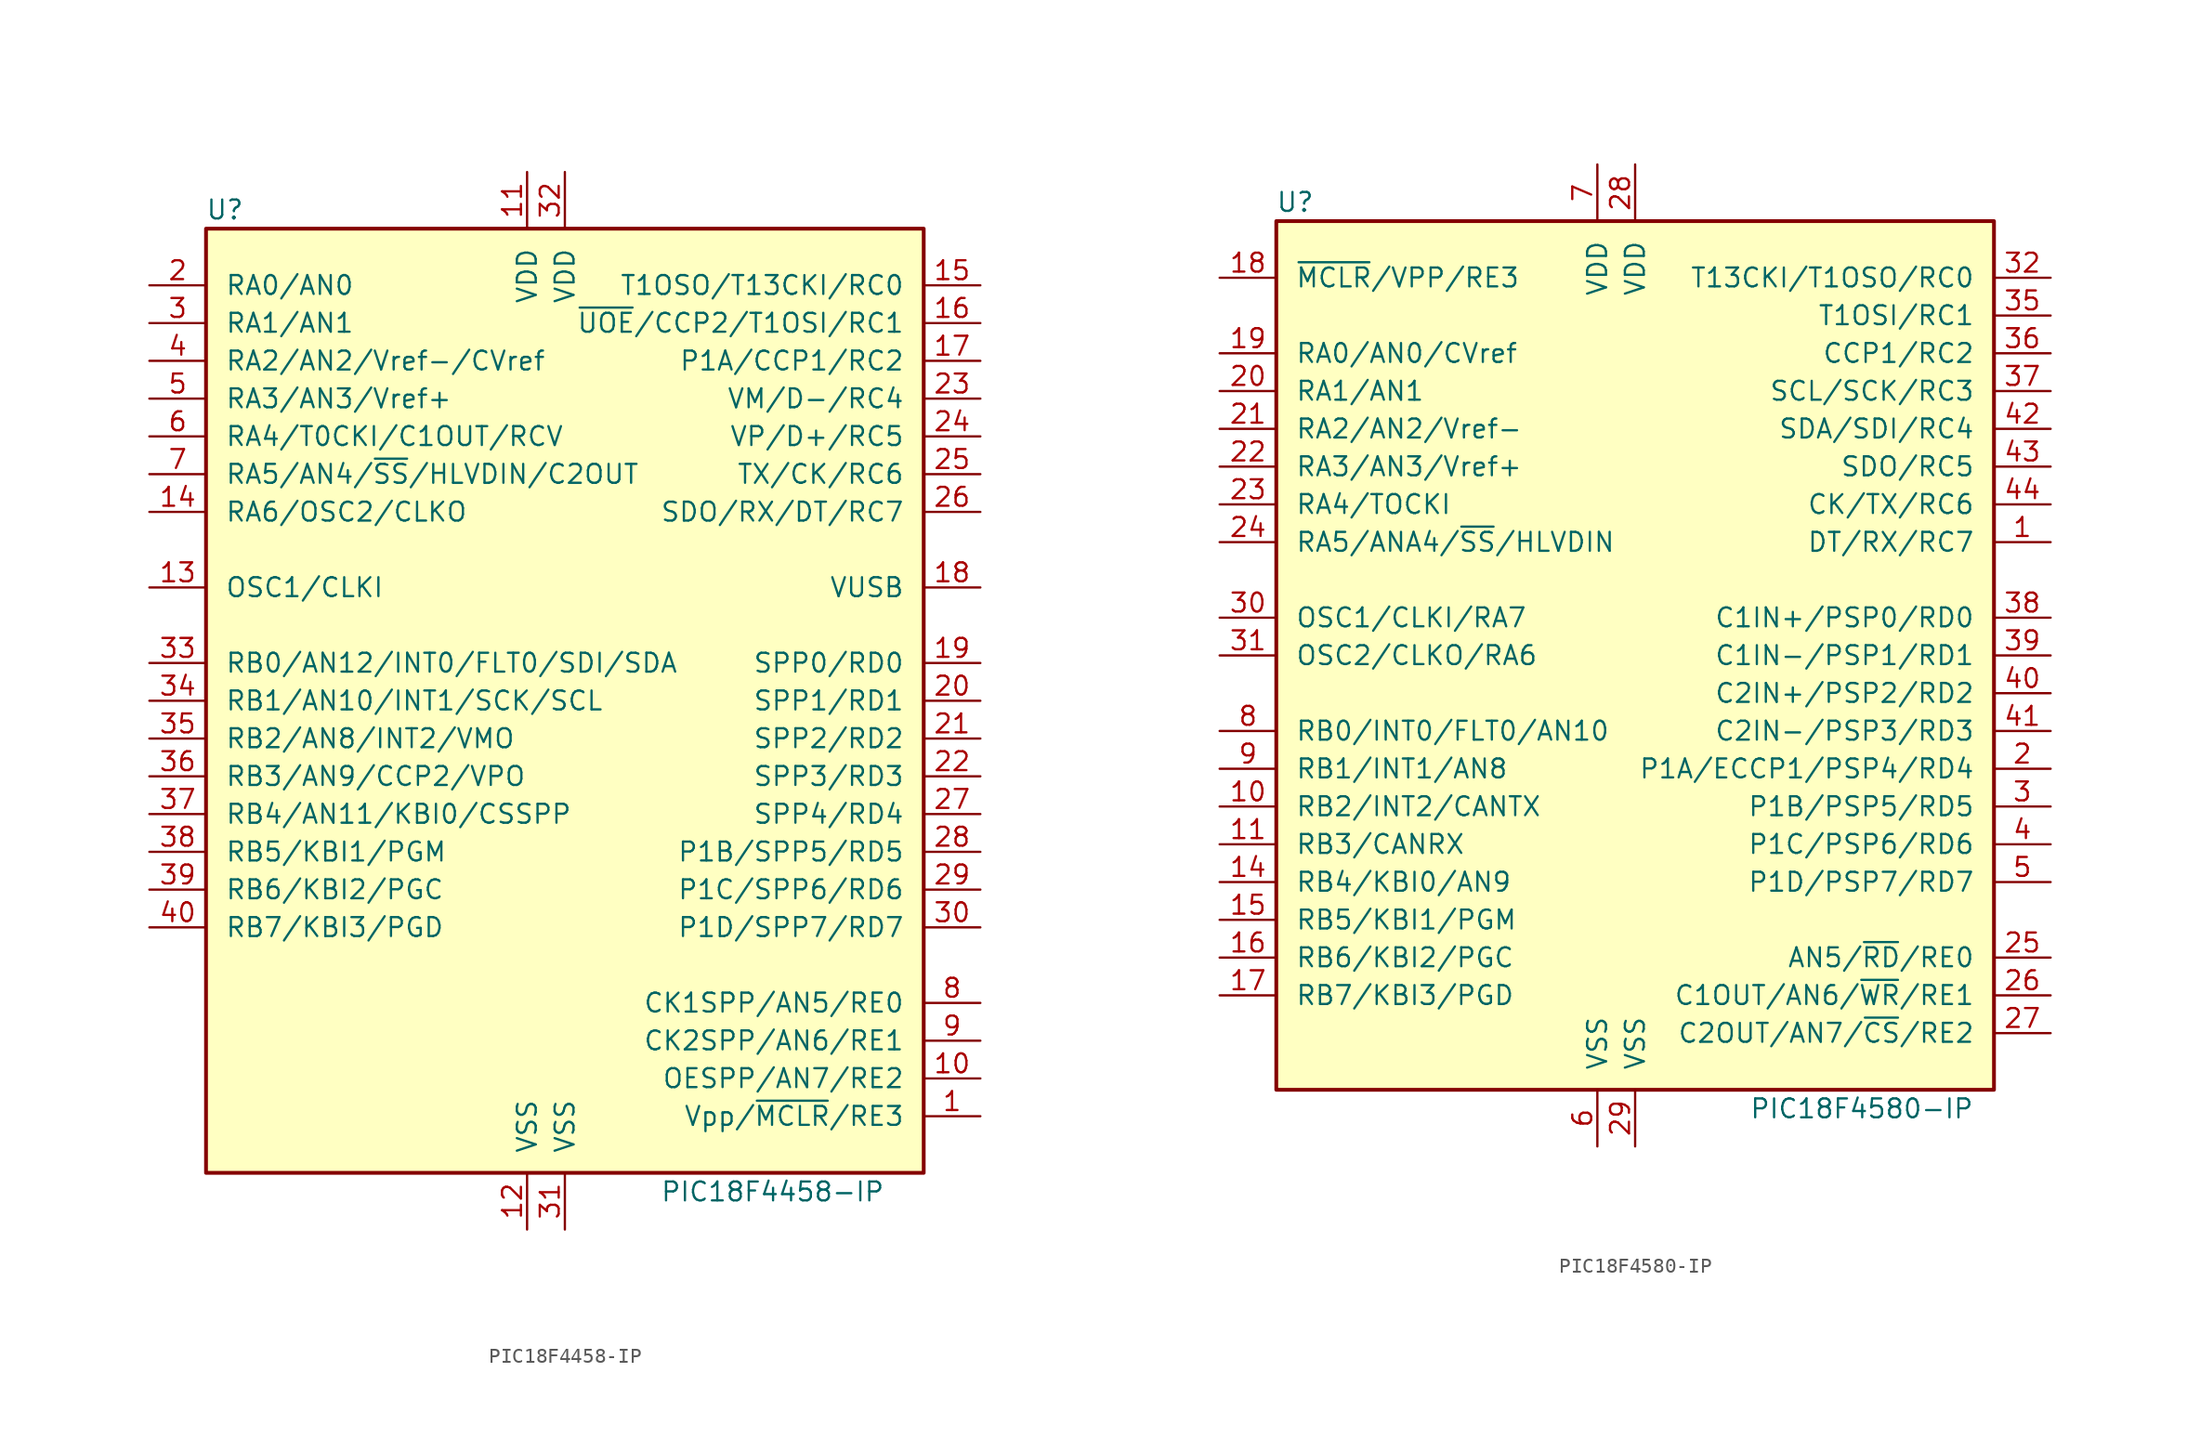
<source format=kicad_sym>
(kicad_symbol_lib
  (version 20211014)
  (generator kicad_symbol_editor)
  (symbol "PIC18F4458-IP"
    (pin_names
      (offset 1.27))
    (property "Reference" "U"
      (at -22.86 33.02 0)
      (effects (font (size 1.27 1.27))))
    (property "Value" "PIC18F4458-IP"
      (at 13.97 -33.02 0)
      (effects (font (size 1.27 1.27))))
    (symbol "PIC18F4458-IP_0_1"
      (rectangle (start -24.13 31.75) (end 24.13 -31.75) (stroke (width 0.254) (type default) (color 0 0 0 0)) (fill (type background))))
    (symbol "PIC18F4458-IP_1_1"
      (pin input line (at 27.94 -27.94 180) (length 3.81) (name "Vpp/~{MCLR}/RE3" (effects (font (size 1.27 1.27)))) (number "1" (effects (font (size 1.27 1.27)))))
      (pin bidirectional line (at 27.94 -25.4 180) (length 3.81) (name "OESPP/AN7/RE2" (effects (font (size 1.27 1.27)))) (number "10" (effects (font (size 1.27 1.27)))))
      (pin power_in line (at -2.54 35.56 270) (length 3.81) (name "VDD" (effects (font (size 1.27 1.27)))) (number "11" (effects (font (size 1.27 1.27)))))
      (pin power_in line (at -2.54 -35.56 90) (length 3.81) (name "VSS" (effects (font (size 1.27 1.27)))) (number "12" (effects (font (size 1.27 1.27)))))
      (pin input line (at -27.94 7.62 0) (length 3.81) (name "OSC1/CLKI" (effects (font (size 1.27 1.27)))) (number "13" (effects (font (size 1.27 1.27)))))
      (pin bidirectional line (at -27.94 12.7 0) (length 3.81) (name "RA6/OSC2/CLKO" (effects (font (size 1.27 1.27)))) (number "14" (effects (font (size 1.27 1.27)))))
      (pin bidirectional line (at 27.94 27.94 180) (length 3.81) (name "T1OSO/T13CKI/RC0" (effects (font (size 1.27 1.27)))) (number "15" (effects (font (size 1.27 1.27)))))
      (pin bidirectional line (at 27.94 25.4 180) (length 3.81) (name "~{UOE}/CCP2/T1OSI/RC1" (effects (font (size 1.27 1.27)))) (number "16" (effects (font (size 1.27 1.27)))))
      (pin bidirectional line (at 27.94 22.86 180) (length 3.81) (name "P1A/CCP1/RC2" (effects (font (size 1.27 1.27)))) (number "17" (effects (font (size 1.27 1.27)))))
      (pin bidirectional line (at 27.94 7.62 180) (length 3.81) (name "VUSB" (effects (font (size 1.27 1.27)))) (number "18" (effects (font (size 1.27 1.27)))))
      (pin bidirectional line (at 27.94 2.54 180) (length 3.81) (name "SPP0/RD0" (effects (font (size 1.27 1.27)))) (number "19" (effects (font (size 1.27 1.27)))))
      (pin bidirectional line (at -27.94 27.94 0) (length 3.81) (name "RA0/AN0" (effects (font (size 1.27 1.27)))) (number "2" (effects (font (size 1.27 1.27)))))
      (pin bidirectional line (at 27.94 0 180) (length 3.81) (name "SPP1/RD1" (effects (font (size 1.27 1.27)))) (number "20" (effects (font (size 1.27 1.27)))))
      (pin bidirectional line (at 27.94 -2.54 180) (length 3.81) (name "SPP2/RD2" (effects (font (size 1.27 1.27)))) (number "21" (effects (font (size 1.27 1.27)))))
      (pin bidirectional line (at 27.94 -5.08 180) (length 3.81) (name "SPP3/RD3" (effects (font (size 1.27 1.27)))) (number "22" (effects (font (size 1.27 1.27)))))
      (pin bidirectional line (at 27.94 20.32 180) (length 3.81) (name "VM/D-/RC4" (effects (font (size 1.27 1.27)))) (number "23" (effects (font (size 1.27 1.27)))))
      (pin bidirectional line (at 27.94 17.78 180) (length 3.81) (name "VP/D+/RC5" (effects (font (size 1.27 1.27)))) (number "24" (effects (font (size 1.27 1.27)))))
      (pin bidirectional line (at 27.94 15.24 180) (length 3.81) (name "TX/CK/RC6" (effects (font (size 1.27 1.27)))) (number "25" (effects (font (size 1.27 1.27)))))
      (pin bidirectional line (at 27.94 12.7 180) (length 3.81) (name "SDO/RX/DT/RC7" (effects (font (size 1.27 1.27)))) (number "26" (effects (font (size 1.27 1.27)))))
      (pin bidirectional line (at 27.94 -7.62 180) (length 3.81) (name "SPP4/RD4" (effects (font (size 1.27 1.27)))) (number "27" (effects (font (size 1.27 1.27)))))
      (pin bidirectional line (at 27.94 -10.16 180) (length 3.81) (name "P1B/SPP5/RD5" (effects (font (size 1.27 1.27)))) (number "28" (effects (font (size 1.27 1.27)))))
      (pin bidirectional line (at 27.94 -12.7 180) (length 3.81) (name "P1C/SPP6/RD6" (effects (font (size 1.27 1.27)))) (number "29" (effects (font (size 1.27 1.27)))))
      (pin bidirectional line (at -27.94 25.4 0) (length 3.81) (name "RA1/AN1" (effects (font (size 1.27 1.27)))) (number "3" (effects (font (size 1.27 1.27)))))
      (pin bidirectional line (at 27.94 -15.24 180) (length 3.81) (name "P1D/SPP7/RD7" (effects (font (size 1.27 1.27)))) (number "30" (effects (font (size 1.27 1.27)))))
      (pin power_in line (at 0 -35.56 90) (length 3.81) (name "VSS" (effects (font (size 1.27 1.27)))) (number "31" (effects (font (size 1.27 1.27)))))
      (pin power_in line (at 0 35.56 270) (length 3.81) (name "VDD" (effects (font (size 1.27 1.27)))) (number "32" (effects (font (size 1.27 1.27)))))
      (pin bidirectional line (at -27.94 2.54 0) (length 3.81) (name "RB0/AN12/INT0/FLT0/SDI/SDA" (effects (font (size 1.27 1.27)))) (number "33" (effects (font (size 1.27 1.27)))))
      (pin bidirectional line (at -27.94 0 0) (length 3.81) (name "RB1/AN10/INT1/SCK/SCL" (effects (font (size 1.27 1.27)))) (number "34" (effects (font (size 1.27 1.27)))))
      (pin bidirectional line (at -27.94 -2.54 0) (length 3.81) (name "RB2/AN8/INT2/VMO" (effects (font (size 1.27 1.27)))) (number "35" (effects (font (size 1.27 1.27)))))
      (pin bidirectional line (at -27.94 -5.08 0) (length 3.81) (name "RB3/AN9/CCP2/VPO" (effects (font (size 1.27 1.27)))) (number "36" (effects (font (size 1.27 1.27)))))
      (pin bidirectional line (at -27.94 -7.62 0) (length 3.81) (name "RB4/AN11/KBI0/CSSPP" (effects (font (size 1.27 1.27)))) (number "37" (effects (font (size 1.27 1.27)))))
      (pin bidirectional line (at -27.94 -10.16 0) (length 3.81) (name "RB5/KBI1/PGM" (effects (font (size 1.27 1.27)))) (number "38" (effects (font (size 1.27 1.27)))))
      (pin bidirectional line (at -27.94 -12.7 0) (length 3.81) (name "RB6/KBI2/PGC" (effects (font (size 1.27 1.27)))) (number "39" (effects (font (size 1.27 1.27)))))
      (pin bidirectional line (at -27.94 22.86 0) (length 3.81) (name "RA2/AN2/Vref-/CVref" (effects (font (size 1.27 1.27)))) (number "4" (effects (font (size 1.27 1.27)))))
      (pin bidirectional line (at -27.94 -15.24 0) (length 3.81) (name "RB7/KBI3/PGD" (effects (font (size 1.27 1.27)))) (number "40" (effects (font (size 1.27 1.27)))))
      (pin bidirectional line (at -27.94 20.32 0) (length 3.81) (name "RA3/AN3/Vref+" (effects (font (size 1.27 1.27)))) (number "5" (effects (font (size 1.27 1.27)))))
      (pin bidirectional line (at -27.94 17.78 0) (length 3.81) (name "RA4/T0CKI/C1OUT/RCV" (effects (font (size 1.27 1.27)))) (number "6" (effects (font (size 1.27 1.27)))))
      (pin bidirectional line (at -27.94 15.24 0) (length 3.81) (name "RA5/AN4/~{SS}/HLVDIN/C2OUT" (effects (font (size 1.27 1.27)))) (number "7" (effects (font (size 1.27 1.27)))))
      (pin bidirectional line (at 27.94 -20.32 180) (length 3.81) (name "CK1SPP/AN5/RE0" (effects (font (size 1.27 1.27)))) (number "8" (effects (font (size 1.27 1.27)))))
      (pin bidirectional line (at 27.94 -22.86 180) (length 3.81) (name "CK2SPP/AN6/RE1" (effects (font (size 1.27 1.27)))) (number "9" (effects (font (size 1.27 1.27)))))))
  (symbol "PIC18F4580-IP"
    (pin_names
      (offset 1.27))
    (property "Reference" "U"
      (at -22.86 30.48 0)
      (effects (font (size 1.27 1.27))))
    (property "Value" "PIC18F4580-IP"
      (at 15.24 -30.48 0)
      (effects (font (size 1.27 1.27))))
    (symbol "PIC18F4580-IP_0_1"
      (rectangle (start -24.13 -29.21) (end 24.13 29.21) (stroke (width 0.254) (type default) (color 0 0 0 0)) (fill (type background))))
    (symbol "PIC18F4580-IP_1_1"
      (pin bidirectional line (at 27.94 7.62 180) (length 3.81) (name "DT/RX/RC7" (effects (font (size 1.27 1.27)))) (number "1" (effects (font (size 1.27 1.27)))))
      (pin bidirectional line (at -27.94 -10.16 0) (length 3.81) (name "RB2/INT2/CANTX" (effects (font (size 1.27 1.27)))) (number "10" (effects (font (size 1.27 1.27)))))
      (pin bidirectional line (at -27.94 -12.7 0) (length 3.81) (name "RB3/CANRX" (effects (font (size 1.27 1.27)))) (number "11" (effects (font (size 1.27 1.27)))))
      (pin bidirectional line (at -27.94 -15.24 0) (length 3.81) (name "RB4/KBI0/AN9" (effects (font (size 1.27 1.27)))) (number "14" (effects (font (size 1.27 1.27)))))
      (pin bidirectional line (at -27.94 -17.78 0) (length 3.81) (name "RB5/KBI1/PGM" (effects (font (size 1.27 1.27)))) (number "15" (effects (font (size 1.27 1.27)))))
      (pin bidirectional line (at -27.94 -20.32 0) (length 3.81) (name "RB6/KBI2/PGC" (effects (font (size 1.27 1.27)))) (number "16" (effects (font (size 1.27 1.27)))))
      (pin bidirectional line (at -27.94 -22.86 0) (length 3.81) (name "RB7/KBI3/PGD" (effects (font (size 1.27 1.27)))) (number "17" (effects (font (size 1.27 1.27)))))
      (pin input line (at -27.94 25.4 0) (length 3.81) (name "~{MCLR}/VPP/RE3" (effects (font (size 1.27 1.27)))) (number "18" (effects (font (size 1.27 1.27)))))
      (pin bidirectional line (at -27.94 20.32 0) (length 3.81) (name "RA0/AN0/CVref" (effects (font (size 1.27 1.27)))) (number "19" (effects (font (size 1.27 1.27)))))
      (pin bidirectional line (at 27.94 -7.62 180) (length 3.81) (name "P1A/ECCP1/PSP4/RD4" (effects (font (size 1.27 1.27)))) (number "2" (effects (font (size 1.27 1.27)))))
      (pin bidirectional line (at -27.94 17.78 0) (length 3.81) (name "RA1/AN1" (effects (font (size 1.27 1.27)))) (number "20" (effects (font (size 1.27 1.27)))))
      (pin bidirectional line (at -27.94 15.24 0) (length 3.81) (name "RA2/AN2/Vref-" (effects (font (size 1.27 1.27)))) (number "21" (effects (font (size 1.27 1.27)))))
      (pin bidirectional line (at -27.94 12.7 0) (length 3.81) (name "RA3/AN3/Vref+" (effects (font (size 1.27 1.27)))) (number "22" (effects (font (size 1.27 1.27)))))
      (pin bidirectional line (at -27.94 10.16 0) (length 3.81) (name "RA4/TOCKI" (effects (font (size 1.27 1.27)))) (number "23" (effects (font (size 1.27 1.27)))))
      (pin bidirectional line (at -27.94 7.62 0) (length 3.81) (name "RA5/ANA4/~{SS}/HLVDIN" (effects (font (size 1.27 1.27)))) (number "24" (effects (font (size 1.27 1.27)))))
      (pin bidirectional line (at 27.94 -20.32 180) (length 3.81) (name "AN5/~{RD}/RE0" (effects (font (size 1.27 1.27)))) (number "25" (effects (font (size 1.27 1.27)))))
      (pin bidirectional line (at 27.94 -22.86 180) (length 3.81) (name "C1OUT/AN6/~{WR}/RE1" (effects (font (size 1.27 1.27)))) (number "26" (effects (font (size 1.27 1.27)))))
      (pin bidirectional line (at 27.94 -25.4 180) (length 3.81) (name "C2OUT/AN7/~{CS}/RE2" (effects (font (size 1.27 1.27)))) (number "27" (effects (font (size 1.27 1.27)))))
      (pin power_in line (at 0 33.02 270) (length 3.81) (name "VDD" (effects (font (size 1.27 1.27)))) (number "28" (effects (font (size 1.27 1.27)))))
      (pin power_in line (at 0 -33.02 90) (length 3.81) (name "VSS" (effects (font (size 1.27 1.27)))) (number "29" (effects (font (size 1.27 1.27)))))
      (pin bidirectional line (at 27.94 -10.16 180) (length 3.81) (name "P1B/PSP5/RD5" (effects (font (size 1.27 1.27)))) (number "3" (effects (font (size 1.27 1.27)))))
      (pin input line (at -27.94 2.54 0) (length 3.81) (name "OSC1/CLKI/RA7" (effects (font (size 1.27 1.27)))) (number "30" (effects (font (size 1.27 1.27)))))
      (pin output line (at -27.94 0 0) (length 3.81) (name "OSC2/CLKO/RA6" (effects (font (size 1.27 1.27)))) (number "31" (effects (font (size 1.27 1.27)))))
      (pin bidirectional line (at 27.94 25.4 180) (length 3.81) (name "T13CKI/T1OSO/RC0" (effects (font (size 1.27 1.27)))) (number "32" (effects (font (size 1.27 1.27)))))
      (pin bidirectional line (at 27.94 22.86 180) (length 3.81) (name "T1OSI/RC1" (effects (font (size 1.27 1.27)))) (number "35" (effects (font (size 1.27 1.27)))))
      (pin bidirectional line (at 27.94 20.32 180) (length 3.81) (name "CCP1/RC2" (effects (font (size 1.27 1.27)))) (number "36" (effects (font (size 1.27 1.27)))))
      (pin bidirectional line (at 27.94 17.78 180) (length 3.81) (name "SCL/SCK/RC3" (effects (font (size 1.27 1.27)))) (number "37" (effects (font (size 1.27 1.27)))))
      (pin bidirectional line (at 27.94 2.54 180) (length 3.81) (name "C1IN+/PSP0/RD0" (effects (font (size 1.27 1.27)))) (number "38" (effects (font (size 1.27 1.27)))))
      (pin bidirectional line (at 27.94 0 180) (length 3.81) (name "C1IN-/PSP1/RD1" (effects (font (size 1.27 1.27)))) (number "39" (effects (font (size 1.27 1.27)))))
      (pin bidirectional line (at 27.94 -12.7 180) (length 3.81) (name "P1C/PSP6/RD6" (effects (font (size 1.27 1.27)))) (number "4" (effects (font (size 1.27 1.27)))))
      (pin bidirectional line (at 27.94 -2.54 180) (length 3.81) (name "C2IN+/PSP2/RD2" (effects (font (size 1.27 1.27)))) (number "40" (effects (font (size 1.27 1.27)))))
      (pin bidirectional line (at 27.94 -5.08 180) (length 3.81) (name "C2IN-/PSP3/RD3" (effects (font (size 1.27 1.27)))) (number "41" (effects (font (size 1.27 1.27)))))
      (pin bidirectional line (at 27.94 15.24 180) (length 3.81) (name "SDA/SDI/RC4" (effects (font (size 1.27 1.27)))) (number "42" (effects (font (size 1.27 1.27)))))
      (pin bidirectional line (at 27.94 12.7 180) (length 3.81) (name "SDO/RC5" (effects (font (size 1.27 1.27)))) (number "43" (effects (font (size 1.27 1.27)))))
      (pin bidirectional line (at 27.94 10.16 180) (length 3.81) (name "CK/TX/RC6" (effects (font (size 1.27 1.27)))) (number "44" (effects (font (size 1.27 1.27)))))
      (pin bidirectional line (at 27.94 -15.24 180) (length 3.81) (name "P1D/PSP7/RD7" (effects (font (size 1.27 1.27)))) (number "5" (effects (font (size 1.27 1.27)))))
      (pin power_in line (at -2.54 -33.02 90) (length 3.81) (name "VSS" (effects (font (size 1.27 1.27)))) (number "6" (effects (font (size 1.27 1.27)))))
      (pin power_in line (at -2.54 33.02 270) (length 3.81) (name "VDD" (effects (font (size 1.27 1.27)))) (number "7" (effects (font (size 1.27 1.27)))))
      (pin bidirectional line (at -27.94 -5.08 0) (length 3.81) (name "RB0/INT0/FLT0/AN10" (effects (font (size 1.27 1.27)))) (number "8" (effects (font (size 1.27 1.27)))))
      (pin bidirectional line (at -27.94 -7.62 0) (length 3.81) (name "RB1/INT1/AN8" (effects (font (size 1.27 1.27)))) (number "9" (effects (font (size 1.27 1.27))))))))
</source>
